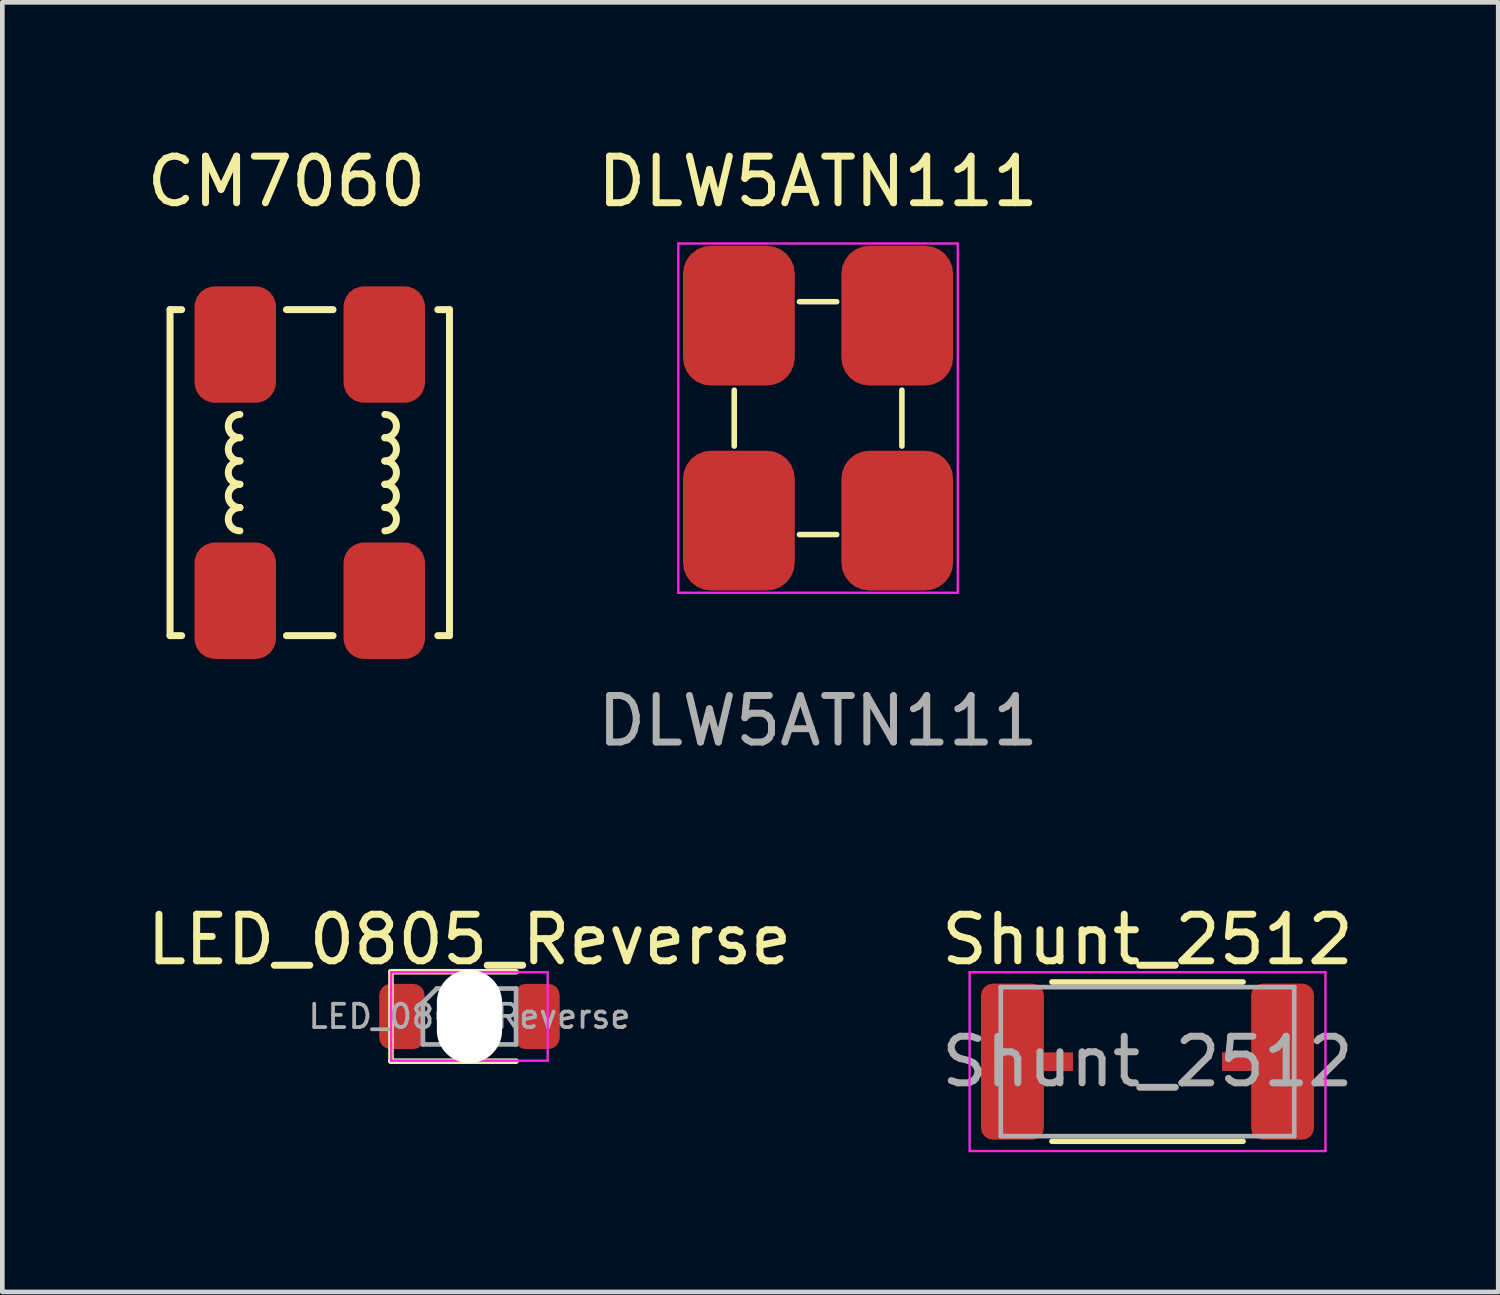
<source format=kicad_pcb>
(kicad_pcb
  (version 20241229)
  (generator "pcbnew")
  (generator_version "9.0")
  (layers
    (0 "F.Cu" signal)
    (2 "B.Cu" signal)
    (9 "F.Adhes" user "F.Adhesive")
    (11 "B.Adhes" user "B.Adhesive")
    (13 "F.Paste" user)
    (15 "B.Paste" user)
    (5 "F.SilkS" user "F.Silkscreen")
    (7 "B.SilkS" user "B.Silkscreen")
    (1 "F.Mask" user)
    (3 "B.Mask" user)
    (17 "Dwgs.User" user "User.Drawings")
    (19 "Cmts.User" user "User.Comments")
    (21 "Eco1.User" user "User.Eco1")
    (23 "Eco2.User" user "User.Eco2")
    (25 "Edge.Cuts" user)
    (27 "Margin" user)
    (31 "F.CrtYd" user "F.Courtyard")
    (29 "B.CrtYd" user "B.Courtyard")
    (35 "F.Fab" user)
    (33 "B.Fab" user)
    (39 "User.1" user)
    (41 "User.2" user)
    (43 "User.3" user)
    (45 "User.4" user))
  (footprint "CM7060"
    (layer "F.Cu")
    (at 3.601 7.098)
    (property "Reference" "CM7060" (at -0.5 -6.25 0) (layer "F.SilkS") (effects (font (size 1 1) (thickness 0.15))))
    (attr through_hole)
    (fp_line (start -3 -3.5) (end -2.75 -3.5) (stroke (width 0.15) (type solid)) (layer "F.SilkS"))
    (fp_line (start -3 3.5) (end -3 -3.5) (stroke (width 0.15) (type solid)) (layer "F.SilkS"))
    (fp_line (start -3 3.5) (end -2.75 3.5) (stroke (width 0.15) (type solid)) (layer "F.SilkS"))
    (fp_line (start -0.5 3.5) (end 0.5 3.5) (stroke (width 0.15) (type solid)) (layer "F.SilkS"))
    (fp_line (start 0.5 -3.5) (end -0.5 -3.5) (stroke (width 0.15) (type solid)) (layer "F.SilkS"))
    (fp_line (start 2.75 -3.5) (end 3 -3.5) (stroke (width 0.15) (type solid)) (layer "F.SilkS"))
    (fp_line (start 3 -3.5) (end 3 3.5) (stroke (width 0.15) (type solid)) (layer "F.SilkS"))
    (fp_line (start 3 3.5) (end 2.75 3.5) (stroke (width 0.15) (type solid)) (layer "F.SilkS"))
    (fp_arc (start -1.5 -0.75) (mid -1.75 -1) (end -1.5 -1.25) (stroke (width 0.15) (type solid)) (layer "F.SilkS"))
    (fp_arc (start -1.5 -0.25) (mid -1.75 -0.5) (end -1.5 -0.75) (stroke (width 0.15) (type solid)) (layer "F.SilkS"))
    (fp_arc (start -1.5 0.25) (mid -1.75 0) (end -1.5 -0.25) (stroke (width 0.15) (type solid)) (layer "F.SilkS"))
    (fp_arc (start -1.5 0.75) (mid -1.75 0.5) (end -1.5 0.25) (stroke (width 0.15) (type solid)) (layer "F.SilkS"))
    (fp_arc (start -1.5 1.25) (mid -1.75 1) (end -1.5 0.75) (stroke (width 0.15) (type solid)) (layer "F.SilkS"))
    (fp_arc (start 1.611496 -1.25) (mid 1.861496 -1) (end 1.611496 -0.75) (stroke (width 0.15) (type solid)) (layer "F.SilkS"))
    (fp_arc (start 1.611496 -0.75) (mid 1.861496 -0.5) (end 1.611496 -0.25) (stroke (width 0.15) (type solid)) (layer "F.SilkS"))
    (fp_arc (start 1.611496 -0.25) (mid 1.861496 0) (end 1.611496 0.25) (stroke (width 0.15) (type solid)) (layer "F.SilkS"))
    (fp_arc (start 1.611496 0.25) (mid 1.861496 0.5) (end 1.611496 0.75) (stroke (width 0.15) (type solid)) (layer "F.SilkS"))
    (fp_arc (start 1.611496 0.75) (mid 1.861496 1) (end 1.611496 1.25) (stroke (width 0.15) (type solid)) (layer "F.SilkS"))
    (pad "1" smd roundrect (at 1.6 -2.75) (size 1.75 2.5) (layers "F.Cu" "F.Mask" "F.Paste") (roundrect_rratio 0.25))
    (pad "2" smd roundrect (at 1.6 2.75) (size 1.75 2.5) (layers "F.Cu" "F.Mask" "F.Paste") (roundrect_rratio 0.25))
    (pad "3" smd roundrect (at -1.6 -2.75) (size 1.75 2.5) (layers "F.Cu" "F.Mask" "F.Paste") (roundrect_rratio 0.25))
    (pad "4" smd roundrect (at -1.6 2.75) (size 1.75 2.5) (layers "F.Cu" "F.Mask" "F.Paste") (roundrect_rratio 0.25)))
  (footprint "Shunt_2512"
    (layer "F.Cu")
    (at 21.589 19.745)
    (property "Reference" "Shunt_2512" (at 0 -2.62 0) (layer "F.SilkS") (effects (font (size 1 1) (thickness 0.15))))
    (attr smd)
    (fp_poly (pts (xy -1.6 0.2) (xy -2.4 0.2) (xy -2.4 -0.2) (xy -1.6 -0.2)) (stroke (width 0) (type solid)) (fill yes) (layer "F.Cu"))
    (fp_poly (pts (xy 2.4 0.2) (xy 1.6 0.2) (xy 1.6 -0.2) (xy 2.4 -0.2)) (stroke (width 0) (type solid)) (fill yes) (layer "F.Cu"))
    (fp_line (start -2.052 -1.71) (end 2.052 -1.71) (stroke (width 0.12) (type solid)) (layer "F.SilkS"))
    (fp_line (start -2.052 1.71) (end 2.052 1.71) (stroke (width 0.12) (type solid)) (layer "F.SilkS"))
    (fp_line (start -3.82 -1.92) (end 3.82 -1.92) (stroke (width 0.05) (type solid)) (layer "F.CrtYd"))
    (fp_line (start -3.82 1.92) (end -3.82 -1.92) (stroke (width 0.05) (type solid)) (layer "F.CrtYd"))
    (fp_line (start 3.82 -1.92) (end 3.82 1.92) (stroke (width 0.05) (type solid)) (layer "F.CrtYd"))
    (fp_line (start 3.82 1.92) (end -3.82 1.92) (stroke (width 0.05) (type solid)) (layer "F.CrtYd"))
    (fp_line (start -3.15 -1.6) (end 3.15 -1.6) (stroke (width 0.1) (type solid)) (layer "F.Fab"))
    (fp_line (start -3.15 1.6) (end -3.15 -1.6) (stroke (width 0.1) (type solid)) (layer "F.Fab"))
    (fp_line (start 3.15 -1.6) (end 3.15 1.6) (stroke (width 0.1) (type solid)) (layer "F.Fab"))
    (fp_line (start 3.15 1.6) (end -3.15 1.6) (stroke (width 0.1) (type solid)) (layer "F.Fab"))
    (fp_text user "${REFERENCE}" (at 0 0 0) (layer "F.Fab") (effects (font (size 1 1) (thickness 0.15))))
    (pad "1" smd roundrect (at -2.9 0) (size 1.35 3.35) (layers "F.Cu" "F.Mask" "F.Paste") (roundrect_rratio 0.185))
    (pad "2" smd roundrect (at -1.8 0) (size 0.3 0.3) (layers "F.Cu") (roundrect_rratio 0.25))
    (pad "3" smd roundrect (at 1.8 0) (size 0.3 0.3) (layers "F.Cu") (roundrect_rratio 0.25))
    (pad "4" smd roundrect (at 2.9 0) (size 1.35 3.35) (layers "F.Cu" "F.Mask" "F.Paste") (roundrect_rratio 0.185)))
  (footprint "LED_0805_Reverse"
    (layer "F.Cu")
    (at 7.03 18.775)
    (property "Reference" "LED_0805_Reverse" (at 0 -1.65 0) (layer "F.SilkS") (effects (font (size 1 1) (thickness 0.15))))
    (attr smd)
    (fp_line (start -1.685 -0.96) (end -1.685 0.96) (stroke (width 0.12) (type solid)) (layer "F.SilkS"))
    (fp_line (start -1.685 0.96) (end 1 0.96) (stroke (width 0.12) (type solid)) (layer "F.SilkS"))
    (fp_line (start 1 -0.96) (end -1.685 -0.96) (stroke (width 0.12) (type solid)) (layer "F.SilkS"))
    (fp_line (start -1.68 -0.95) (end 1.68 -0.95) (stroke (width 0.05) (type solid)) (layer "F.CrtYd"))
    (fp_line (start -1.68 0.95) (end -1.68 -0.95) (stroke (width 0.05) (type solid)) (layer "F.CrtYd"))
    (fp_line (start 1.68 -0.95) (end 1.68 0.95) (stroke (width 0.05) (type solid)) (layer "F.CrtYd"))
    (fp_line (start 1.68 0.95) (end -1.68 0.95) (stroke (width 0.05) (type solid)) (layer "F.CrtYd"))
    (fp_line (start -1 -0.3) (end -1 0.6) (stroke (width 0.1) (type solid)) (layer "F.Fab"))
    (fp_line (start -1 0.6) (end 1 0.6) (stroke (width 0.1) (type solid)) (layer "F.Fab"))
    (fp_line (start -0.7 -0.6) (end -1 -0.3) (stroke (width 0.1) (type solid)) (layer "F.Fab"))
    (fp_line (start 1 -0.6) (end -0.7 -0.6) (stroke (width 0.1) (type solid)) (layer "F.Fab"))
    (fp_line (start 1 0.6) (end 1 -0.6) (stroke (width 0.1) (type solid)) (layer "F.Fab"))
    (fp_text user "${REFERENCE}" (at 0 0 0) (layer "F.Fab") (effects (font (size 0.5 0.5) (thickness 0.08))))
    (pad "" np_thru_hole oval (at 0 0) (size 1.4 2) (drill oval 1.4 2) (layers "*.Cu" "*.Mask"))
    (pad "1" smd roundrect (at -1.45 0) (size 0.975 1.4) (layers "F.Cu" "F.Mask" "F.Paste") (roundrect_rratio 0.25))
    (pad "2" smd roundrect (at 1.45 0) (size 0.975 1.4) (layers "F.Cu" "F.Mask" "F.Paste") (roundrect_rratio 0.25)))
  (footprint "DLW5ATN111"
    (layer "F.Cu")
    (at 14.515 5.928)
    (property "Reference" "DLW5ATN111" (at 0 -5.08 0) (unlocked yes) (layer "F.SilkS") (effects (font (size 1 1) (thickness 0.15))))
    (attr smd)
    (fp_line (start -1.8 0.6) (end -1.8 -0.6) (stroke (width 0.12) (type solid)) (layer "F.SilkS"))
    (fp_line (start -0.4 -2.5) (end 0.4 -2.5) (stroke (width 0.12) (type solid)) (layer "F.SilkS"))
    (fp_line (start 0.4 2.5) (end -0.4 2.5) (stroke (width 0.12) (type solid)) (layer "F.SilkS"))
    (fp_line (start 1.8 -0.6) (end 1.8 0.6) (stroke (width 0.12) (type solid)) (layer "F.SilkS"))
    (fp_line (start -3 -3.75) (end 3 -3.75) (stroke (width 0.05) (type solid)) (layer "F.CrtYd"))
    (fp_line (start -3 3.75) (end -3 -3.75) (stroke (width 0.05) (type solid)) (layer "F.CrtYd"))
    (fp_line (start 3 -3.75) (end 3 3.75) (stroke (width 0.05) (type solid)) (layer "F.CrtYd"))
    (fp_line (start 3 3.75) (end -3 3.75) (stroke (width 0.05) (type solid)) (layer "F.CrtYd"))
    (fp_text user "${REFERENCE}" (at 0 6.5 0) (unlocked yes) (layer "F.Fab") (effects (font (size 1 1) (thickness 0.15))))
    (pad "1" smd roundrect (at -1.7 -2.2) (size 2.4 3) (layers "F.Cu" "F.Mask" "F.Paste") (roundrect_rratio 0.25))
    (pad "2" smd roundrect (at 1.7 -2.2) (size 2.4 3) (layers "F.Cu" "F.Mask" "F.Paste") (roundrect_rratio 0.25))
    (pad "3" smd roundrect (at -1.7 2.2) (size 2.4 3) (layers "F.Cu" "F.Mask" "F.Paste") (roundrect_rratio 0.25))
    (pad "4" smd roundrect (at 1.7 2.2) (size 2.4 3) (layers "F.Cu" "F.Mask" "F.Paste") (roundrect_rratio 0.25)))
  (gr_rect
    (start -3 -3)
    (end 29.119 24.69)
    (stroke (width 0.1) (type default))
    (fill no)
    (layer "Edge.Cuts")))
</source>
